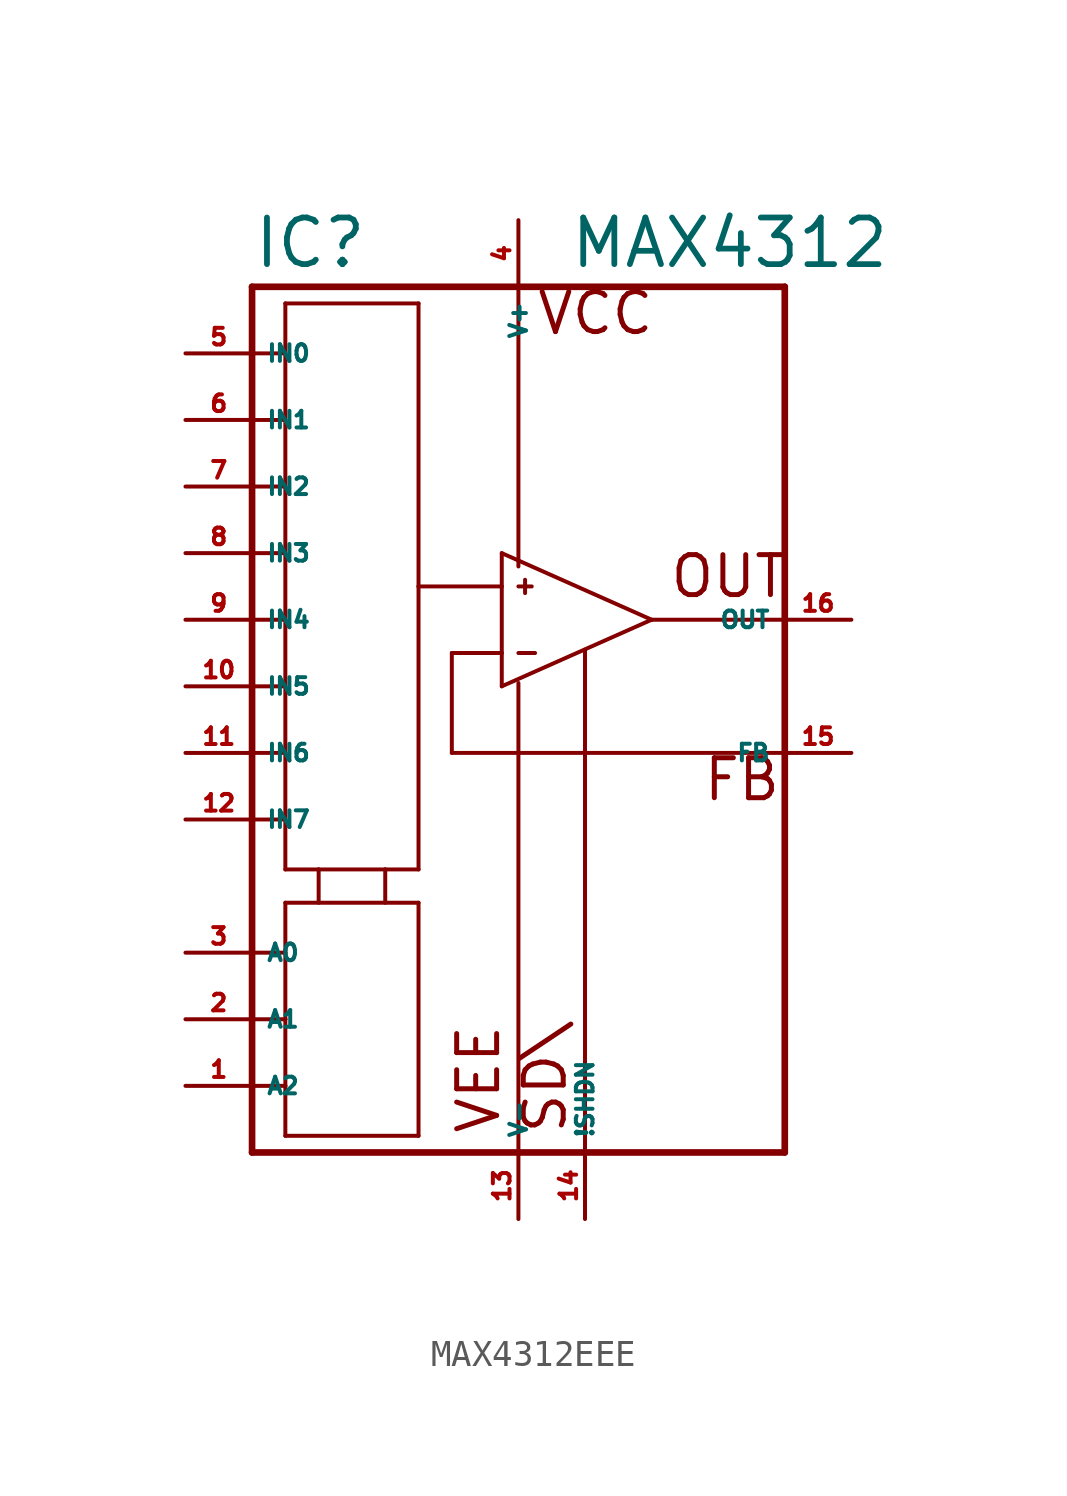
<source format=kicad_sym>
(kicad_symbol_lib
  (version 20220914)
  (generator Eagle2Kicad)
  (symbol "MAX4312EEE"
    (property "Reference" "IC"
      (at -10.16 5.715 0)
      (effects (font (size 1.778 1.778) (thickness 0.22)) (justify left bottom)))
    (property "Value" "MAX4312"
      (at 1.905 5.715 0)
      (effects (font (size 1.778 1.778) (thickness 0.22)) (justify left bottom)))
    (polyline
      (pts (xy 5.08 -7.62) (xy -0.635 -5.08))
      (stroke (width 0.152) (type default))
      (fill (type none)))
    (polyline
      (pts (xy -0.635 -5.08) (xy -0.635 -6.35))
      (stroke (width 0.152) (type default))
      (fill (type none)))
    (polyline
      (pts (xy -0.635 -6.35) (xy -0.635 -8.89))
      (stroke (width 0.152) (type default))
      (fill (type none)))
    (polyline
      (pts (xy -0.635 -8.89) (xy -0.635 -10.16))
      (stroke (width 0.152) (type default))
      (fill (type none)))
    (polyline
      (pts (xy -0.635 -10.16) (xy 5.08 -7.62))
      (stroke (width 0.152) (type default))
      (fill (type none)))
    (polyline
      (pts (xy -10.16 5.08) (xy -10.16 2.54))
      (stroke (width 0.254) (type default))
      (fill (type none)))
    (polyline
      (pts (xy -10.16 2.54) (xy -10.16 0))
      (stroke (width 0.254) (type default))
      (fill (type none)))
    (polyline
      (pts (xy -10.16 0) (xy -10.16 -2.54))
      (stroke (width 0.254) (type default))
      (fill (type none)))
    (polyline
      (pts (xy -10.16 -2.54) (xy -10.16 -5.08))
      (stroke (width 0.254) (type default))
      (fill (type none)))
    (polyline
      (pts (xy -10.16 -5.08) (xy -10.16 -7.62))
      (stroke (width 0.254) (type default))
      (fill (type none)))
    (polyline
      (pts (xy -10.16 -7.62) (xy -10.16 -10.16))
      (stroke (width 0.254) (type default))
      (fill (type none)))
    (polyline
      (pts (xy -10.16 -10.16) (xy -10.16 -12.7))
      (stroke (width 0.254) (type default))
      (fill (type none)))
    (polyline
      (pts (xy -10.16 -12.7) (xy -10.16 -15.24))
      (stroke (width 0.254) (type default))
      (fill (type none)))
    (polyline
      (pts (xy -10.16 -15.24) (xy -10.16 -20.32))
      (stroke (width 0.254) (type default))
      (fill (type none)))
    (polyline
      (pts (xy -10.16 -20.32) (xy -10.16 -22.86))
      (stroke (width 0.254) (type default))
      (fill (type none)))
    (polyline
      (pts (xy -10.16 -22.86) (xy -10.16 -25.4))
      (stroke (width 0.254) (type default))
      (fill (type none)))
    (polyline
      (pts (xy -10.16 -25.4) (xy -10.16 -27.94))
      (stroke (width 0.254) (type default))
      (fill (type none)))
    (polyline
      (pts (xy -10.16 -27.94) (xy 0 -27.94))
      (stroke (width 0.254) (type default))
      (fill (type none)))
    (polyline
      (pts (xy 0 -27.94) (xy 2.54 -27.94))
      (stroke (width 0.254) (type default))
      (fill (type none)))
    (polyline
      (pts (xy 2.54 -27.94) (xy 10.16 -27.94))
      (stroke (width 0.254) (type default))
      (fill (type none)))
    (polyline
      (pts (xy 10.16 -27.94) (xy 10.16 -12.7))
      (stroke (width 0.254) (type default))
      (fill (type none)))
    (polyline
      (pts (xy 10.16 -12.7) (xy 10.16 -7.62))
      (stroke (width 0.254) (type default))
      (fill (type none)))
    (polyline
      (pts (xy 10.16 -7.62) (xy 10.16 5.08))
      (stroke (width 0.254) (type default))
      (fill (type none)))
    (polyline
      (pts (xy 10.16 5.08) (xy 0 5.08))
      (stroke (width 0.254) (type default))
      (fill (type none)))
    (polyline
      (pts (xy 0 5.08) (xy -10.16 5.08))
      (stroke (width 0.254) (type default))
      (fill (type none)))
    (polyline
      (pts (xy -10.16 2.54) (xy -8.89 2.54))
      (stroke (width 0.152) (type default))
      (fill (type none)))
    (polyline
      (pts (xy -8.89 2.54) (xy -8.89 4.445))
      (stroke (width 0.152) (type default))
      (fill (type none)))
    (polyline
      (pts (xy -8.89 4.445) (xy -3.81 4.445))
      (stroke (width 0.152) (type default))
      (fill (type none)))
    (polyline
      (pts (xy -3.81 4.445) (xy -3.81 -6.35))
      (stroke (width 0.152) (type default))
      (fill (type none)))
    (polyline
      (pts (xy -3.81 -6.35) (xy -3.81 -17.145))
      (stroke (width 0.152) (type default))
      (fill (type none)))
    (polyline
      (pts (xy -3.81 -17.145) (xy -5.08 -17.145))
      (stroke (width 0.152) (type default))
      (fill (type none)))
    (polyline
      (pts (xy -5.08 -17.145) (xy -7.62 -17.145))
      (stroke (width 0.152) (type default))
      (fill (type none)))
    (polyline
      (pts (xy -7.62 -17.145) (xy -8.89 -17.145))
      (stroke (width 0.152) (type default))
      (fill (type none)))
    (polyline
      (pts (xy -8.89 -17.145) (xy -8.89 -15.24))
      (stroke (width 0.152) (type default))
      (fill (type none)))
    (polyline
      (pts (xy -8.89 -15.24) (xy -8.89 -12.7))
      (stroke (width 0.152) (type default))
      (fill (type none)))
    (polyline
      (pts (xy -8.89 -12.7) (xy -8.89 -10.16))
      (stroke (width 0.152) (type default))
      (fill (type none)))
    (polyline
      (pts (xy -8.89 -10.16) (xy -8.89 -7.62))
      (stroke (width 0.152) (type default))
      (fill (type none)))
    (polyline
      (pts (xy -8.89 -7.62) (xy -8.89 -5.08))
      (stroke (width 0.152) (type default))
      (fill (type none)))
    (polyline
      (pts (xy -8.89 -5.08) (xy -8.89 -2.54))
      (stroke (width 0.152) (type default))
      (fill (type none)))
    (polyline
      (pts (xy -8.89 -2.54) (xy -8.89 0))
      (stroke (width 0.152) (type default))
      (fill (type none)))
    (polyline
      (pts (xy -8.89 0) (xy -8.89 2.54))
      (stroke (width 0.152) (type default))
      (fill (type none)))
    (polyline
      (pts (xy -10.16 0) (xy -8.89 0))
      (stroke (width 0.152) (type default))
      (fill (type none)))
    (polyline
      (pts (xy 5.08 -7.62) (xy 10.16 -7.62))
      (stroke (width 0.152) (type default))
      (fill (type none)))
    (polyline
      (pts (xy 10.16 -12.7) (xy -2.54 -12.7))
      (stroke (width 0.152) (type default))
      (fill (type none)))
    (polyline
      (pts (xy -2.54 -12.7) (xy -2.54 -8.89))
      (stroke (width 0.152) (type default))
      (fill (type none)))
    (polyline
      (pts (xy -2.54 -8.89) (xy -0.635 -8.89))
      (stroke (width 0.152) (type default))
      (fill (type none)))
    (polyline
      (pts (xy -0.635 -6.35) (xy -3.81 -6.35))
      (stroke (width 0.152) (type default))
      (fill (type none)))
    (polyline
      (pts (xy 0 -8.89) (xy 0.635 -8.89))
      (stroke (width 0.152) (type default))
      (fill (type none)))
    (polyline
      (pts (xy 0 -6.35) (xy 0.508 -6.35))
      (stroke (width 0.152) (type default))
      (fill (type none)))
    (polyline
      (pts (xy 0.254 -6.096) (xy 0.254 -6.604))
      (stroke (width 0.152) (type default))
      (fill (type none)))
    (polyline
      (pts (xy 0 5.08) (xy 0 -5.588))
      (stroke (width 0.152) (type default))
      (fill (type none)))
    (polyline
      (pts (xy 0 -27.94) (xy 0 -10.033))
      (stroke (width 0.152) (type default))
      (fill (type none)))
    (polyline
      (pts (xy 2.54 -27.94) (xy 2.54 -8.763))
      (stroke (width 0.152) (type default))
      (fill (type none)))
    (polyline
      (pts (xy -10.16 -2.54) (xy -8.89 -2.54))
      (stroke (width 0.152) (type default))
      (fill (type none)))
    (polyline
      (pts (xy -10.16 -5.08) (xy -8.89 -5.08))
      (stroke (width 0.152) (type default))
      (fill (type none)))
    (polyline
      (pts (xy -10.16 -7.62) (xy -8.89 -7.62))
      (stroke (width 0.152) (type default))
      (fill (type none)))
    (polyline
      (pts (xy -10.16 -10.16) (xy -8.89 -10.16))
      (stroke (width 0.152) (type default))
      (fill (type none)))
    (polyline
      (pts (xy -10.16 -12.7) (xy -8.89 -12.7))
      (stroke (width 0.152) (type default))
      (fill (type none)))
    (polyline
      (pts (xy -10.16 -15.24) (xy -8.89 -15.24))
      (stroke (width 0.152) (type default))
      (fill (type none)))
    (polyline
      (pts (xy -5.08 -17.145) (xy -5.08 -18.415))
      (stroke (width 0.152) (type default))
      (fill (type none)))
    (polyline
      (pts (xy -7.62 -17.145) (xy -7.62 -18.415))
      (stroke (width 0.152) (type default))
      (fill (type none)))
    (polyline
      (pts (xy -8.89 -27.305) (xy -8.89 -25.4))
      (stroke (width 0.152) (type default))
      (fill (type none)))
    (polyline
      (pts (xy -8.89 -25.4) (xy -8.89 -22.86))
      (stroke (width 0.152) (type default))
      (fill (type none)))
    (polyline
      (pts (xy -8.89 -22.86) (xy -8.89 -20.32))
      (stroke (width 0.152) (type default))
      (fill (type none)))
    (polyline
      (pts (xy -8.89 -20.32) (xy -8.89 -18.415))
      (stroke (width 0.152) (type default))
      (fill (type none)))
    (polyline
      (pts (xy -8.89 -18.415) (xy -3.81 -18.415))
      (stroke (width 0.152) (type default))
      (fill (type none)))
    (polyline
      (pts (xy -3.81 -27.305) (xy -3.81 -18.415))
      (stroke (width 0.152) (type default))
      (fill (type none)))
    (polyline
      (pts (xy -3.81 -27.305) (xy -8.89 -27.305))
      (stroke (width 0.152) (type default))
      (fill (type none)))
    (polyline
      (pts (xy -10.16 -20.32) (xy -8.89 -20.32))
      (stroke (width 0.152) (type default))
      (fill (type none)))
    (polyline
      (pts (xy -10.16 -22.86) (xy -8.89 -22.86))
      (stroke (width 0.152) (type default))
      (fill (type none)))
    (polyline
      (pts (xy -10.16 -25.4) (xy -8.89 -25.4))
      (stroke (width 0.152) (type default))
      (fill (type none)))
    (text "VEE"
      (at -0.635 -27.305 900)
      (effects (font (size 1.524 1.524) (thickness 0.19)) (justify left bottom)))
    (text "FB"
      (at 6.985 -14.605 0)
      (effects (font (size 1.524 1.524) (thickness 0.19)) (justify left bottom)))
    (text "VCC"
      (at 0.635 3.175 0)
      (effects (font (size 1.524 1.524) (thickness 0.19)) (justify left bottom)))
    (text "OUT"
      (at 5.715 -6.858 0)
      (effects (font (size 1.524 1.524) (thickness 0.19)) (justify left bottom)))
    (text "SD\\"
      (at 1.905 -27.305 900)
      (effects (font (size 1.524 1.524) (thickness 0.19)) (justify left bottom)))
    (pin input line
      (at -12.7 0 0)
      (length 2.54)
      (name "IN1" (effects (font (size 0.635 0.635) (thickness 0.08)) (justify left bottom)))
      (number "6" (effects (font (size 0.635 0.635) (thickness 0.08)) (justify left bottom))))
    (pin input line
      (at -12.7 2.54 0)
      (length 2.54)
      (name "IN0" (effects (font (size 0.635 0.635) (thickness 0.08)) (justify left bottom)))
      (number "5" (effects (font (size 0.635 0.635) (thickness 0.08)) (justify left bottom))))
    (pin output line
      (at 12.7 -7.62 180)
      (length 2.54)
      (name "OUT" (effects (font (size 0.635 0.635) (thickness 0.08)) (justify left bottom)))
      (number "16" (effects (font (size 0.635 0.635) (thickness 0.08)) (justify left bottom))))
    (pin unspecified line
      (at 0 7.62 270)
      (length 2.54)
      (name "V+" (effects (font (size 0.635 0.635) (thickness 0.08)) (justify left bottom)))
      (number "4" (effects (font (size 0.635 0.635) (thickness 0.08)) (justify left bottom))))
    (pin unspecified line
      (at 0 -30.48 90)
      (length 2.54)
      (name "V-" (effects (font (size 0.635 0.635) (thickness 0.08)) (justify left bottom)))
      (number "13" (effects (font (size 0.635 0.635) (thickness 0.08)) (justify left bottom))))
    (pin unspecified line
      (at 12.7 -12.7 180)
      (length 2.54)
      (name "FB" (effects (font (size 0.635 0.635) (thickness 0.08)) (justify left bottom)))
      (number "15" (effects (font (size 0.635 0.635) (thickness 0.08)) (justify left bottom))))
    (pin input line
      (at -12.7 -20.32 0)
      (length 2.54)
      (name "A0" (effects (font (size 0.635 0.635) (thickness 0.08)) (justify left bottom)))
      (number "3" (effects (font (size 0.635 0.635) (thickness 0.08)) (justify left bottom))))
    (pin input line
      (at 2.54 -30.48 90)
      (length 2.54)
      (name "!SHDN" (effects (font (size 0.635 0.635) (thickness 0.08)) (justify left bottom)))
      (number "14" (effects (font (size 0.635 0.635) (thickness 0.08)) (justify left bottom))))
    (pin input line
      (at -12.7 -2.54 0)
      (length 2.54)
      (name "IN2" (effects (font (size 0.635 0.635) (thickness 0.08)) (justify left bottom)))
      (number "7" (effects (font (size 0.635 0.635) (thickness 0.08)) (justify left bottom))))
    (pin input line
      (at -12.7 -5.08 0)
      (length 2.54)
      (name "IN3" (effects (font (size 0.635 0.635) (thickness 0.08)) (justify left bottom)))
      (number "8" (effects (font (size 0.635 0.635) (thickness 0.08)) (justify left bottom))))
    (pin input line
      (at -12.7 -7.62 0)
      (length 2.54)
      (name "IN4" (effects (font (size 0.635 0.635) (thickness 0.08)) (justify left bottom)))
      (number "9" (effects (font (size 0.635 0.635) (thickness 0.08)) (justify left bottom))))
    (pin input line
      (at -12.7 -10.16 0)
      (length 2.54)
      (name "IN5" (effects (font (size 0.635 0.635) (thickness 0.08)) (justify left bottom)))
      (number "10" (effects (font (size 0.635 0.635) (thickness 0.08)) (justify left bottom))))
    (pin input line
      (at -12.7 -12.7 0)
      (length 2.54)
      (name "IN6" (effects (font (size 0.635 0.635) (thickness 0.08)) (justify left bottom)))
      (number "11" (effects (font (size 0.635 0.635) (thickness 0.08)) (justify left bottom))))
    (pin input line
      (at -12.7 -15.24 0)
      (length 2.54)
      (name "IN7" (effects (font (size 0.635 0.635) (thickness 0.08)) (justify left bottom)))
      (number "12" (effects (font (size 0.635 0.635) (thickness 0.08)) (justify left bottom))))
    (pin input line
      (at -12.7 -22.86 0)
      (length 2.54)
      (name "A1" (effects (font (size 0.635 0.635) (thickness 0.08)) (justify left bottom)))
      (number "2" (effects (font (size 0.635 0.635) (thickness 0.08)) (justify left bottom))))
    (pin input line
      (at -12.7 -25.4 0)
      (length 2.54)
      (name "A2" (effects (font (size 0.635 0.635) (thickness 0.08)) (justify left bottom)))
      (number "1" (effects (font (size 0.635 0.635) (thickness 0.08)) (justify left bottom))))))
</source>
